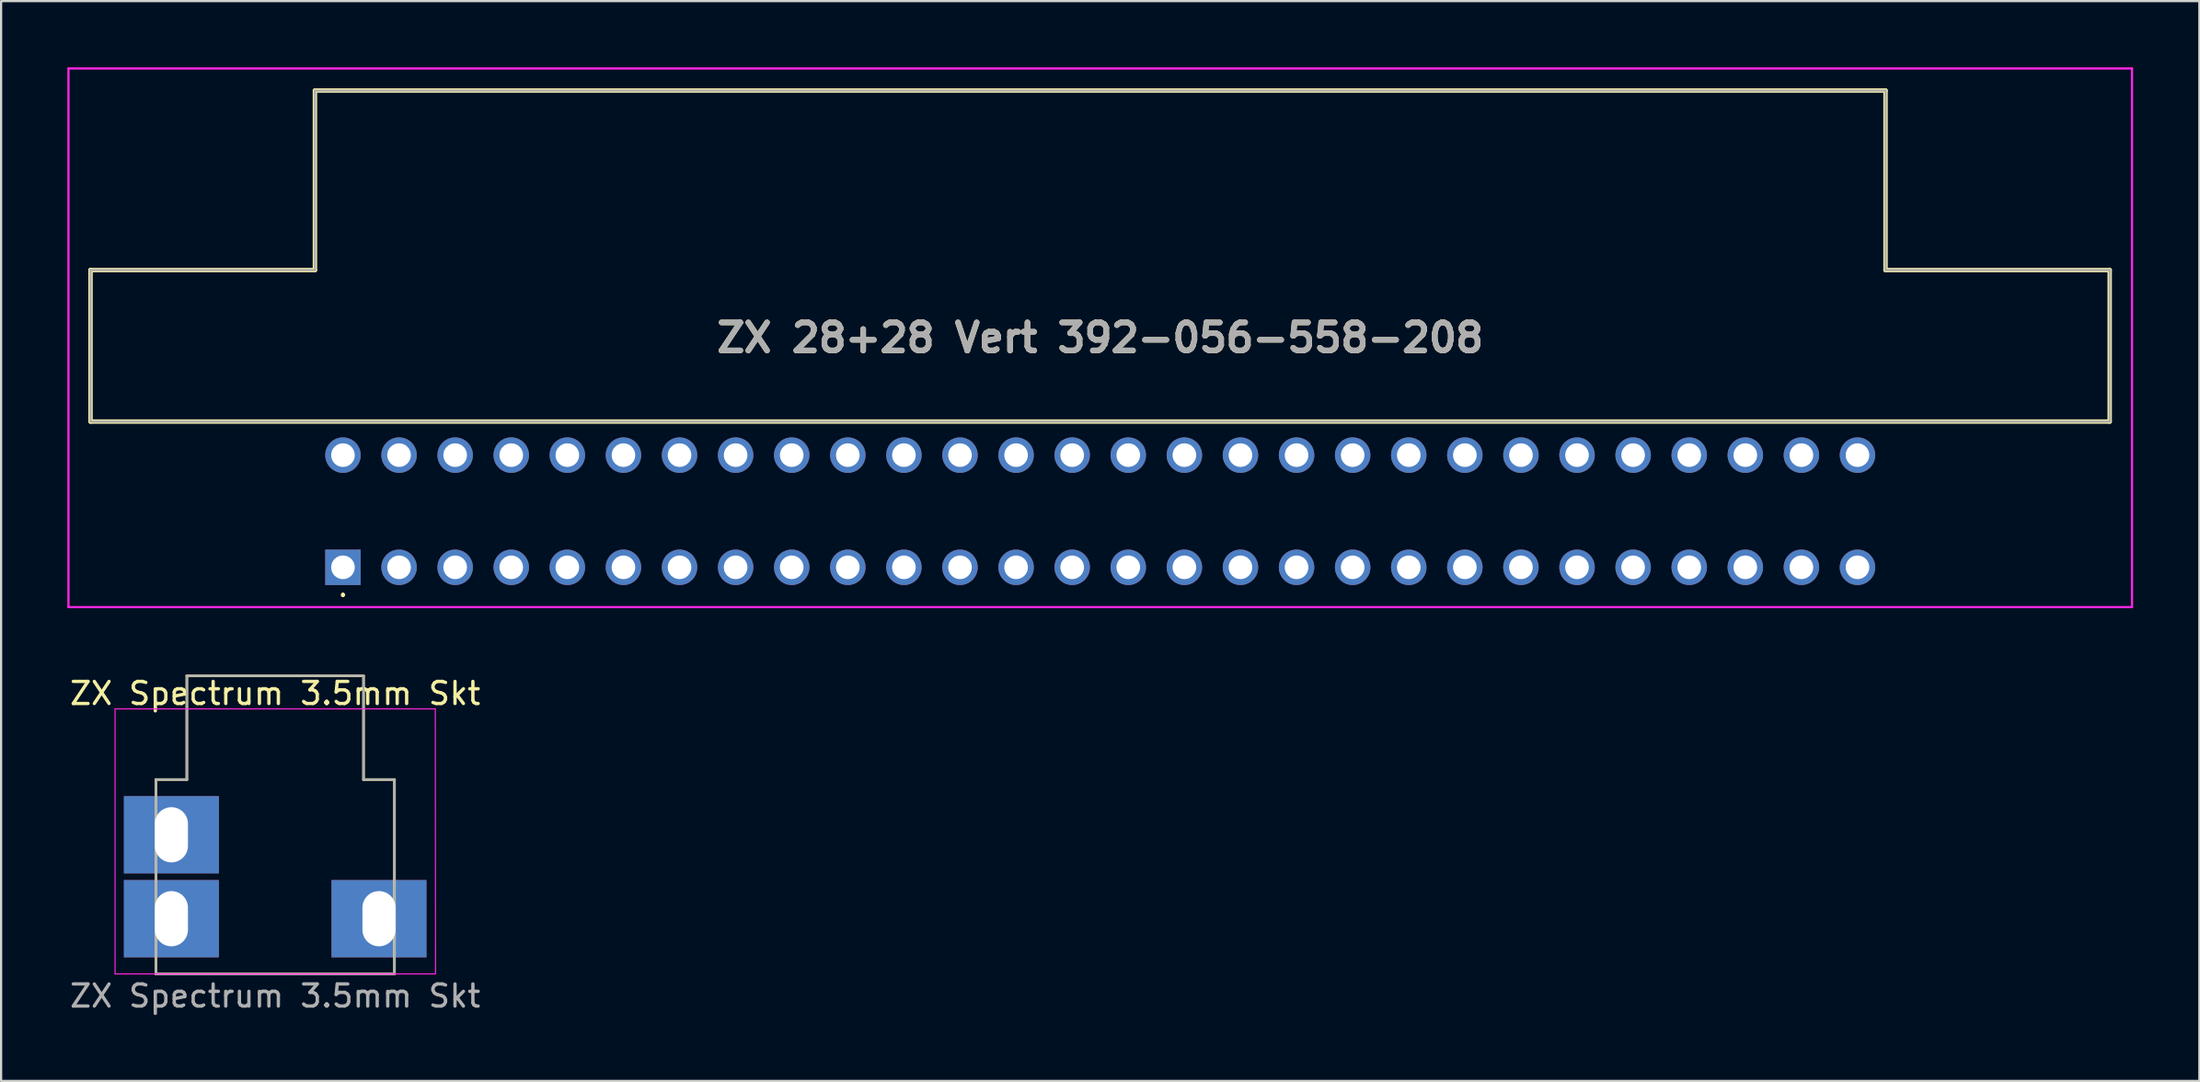
<source format=kicad_pcb>
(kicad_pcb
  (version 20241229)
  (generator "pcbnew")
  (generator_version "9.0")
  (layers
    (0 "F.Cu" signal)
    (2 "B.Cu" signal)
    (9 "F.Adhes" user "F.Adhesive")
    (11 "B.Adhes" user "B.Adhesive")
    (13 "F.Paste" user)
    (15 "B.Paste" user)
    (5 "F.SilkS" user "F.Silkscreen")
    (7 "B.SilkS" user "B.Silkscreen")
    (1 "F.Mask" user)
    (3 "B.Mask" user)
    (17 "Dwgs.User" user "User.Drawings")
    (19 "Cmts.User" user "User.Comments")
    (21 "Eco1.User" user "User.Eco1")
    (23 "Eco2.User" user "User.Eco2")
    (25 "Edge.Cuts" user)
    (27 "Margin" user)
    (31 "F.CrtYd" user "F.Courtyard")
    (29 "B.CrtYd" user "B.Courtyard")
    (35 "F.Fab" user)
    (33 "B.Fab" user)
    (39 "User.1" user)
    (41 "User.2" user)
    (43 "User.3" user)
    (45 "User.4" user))
  (footprint "ZX 28+28 Vert 392-056-558-208"
    (layer "F.Cu")
    (at 12.48 22.64)
    (property "Reference" "ZX 28+28 Vert 392-056-558-208" (at 34.29 -10.394 0) (layer "F.SilkS") (effects (font (size 1.27 1.27) (thickness 0.254))))
    (attr through_hole)
    (fp_line (start -11.43 -13.46) (end -11.43 -13.46) (stroke (width 0.2) (type solid)) (layer "F.SilkS"))
    (fp_line (start -11.43 -13.46) (end -11.43 -6.6) (stroke (width 0.2) (type solid)) (layer "F.SilkS"))
    (fp_line (start -11.43 -6.6) (end 80 -6.6) (stroke (width 0.2) (type solid)) (layer "F.SilkS"))
    (fp_line (start -1.27 -21.59) (end -1.27 -13.46) (stroke (width 0.2) (type solid)) (layer "F.SilkS"))
    (fp_line (start -1.27 -13.46) (end -11.43 -13.46) (stroke (width 0.2) (type solid)) (layer "F.SilkS"))
    (fp_line (start 0 1.2) (end 0 1.2) (stroke (width 0.1) (type solid)) (layer "F.SilkS"))
    (fp_line (start 0 1.3) (end 0 1.3) (stroke (width 0.1) (type solid)) (layer "F.SilkS"))
    (fp_line (start 69.85 -21.59) (end -1.27 -21.59) (stroke (width 0.2) (type solid)) (layer "F.SilkS"))
    (fp_line (start 69.85 -13.46) (end 69.85 -21.59) (stroke (width 0.2) (type solid)) (layer "F.SilkS"))
    (fp_line (start 80 -13.46) (end 69.85 -13.46) (stroke (width 0.2) (type solid)) (layer "F.SilkS"))
    (fp_line (start 80 -6.6) (end 80 -13.46) (stroke (width 0.2) (type solid)) (layer "F.SilkS"))
    (fp_arc (start 0 1.2) (mid 0.05 1.25) (end 0 1.3) (stroke (width 0.1) (type solid)) (layer "F.SilkS"))
    (fp_arc (start 0 1.3) (mid -0.05 1.25) (end 0 1.2) (stroke (width 0.1) (type solid)) (layer "F.SilkS"))
    (fp_line (start -12.43 -22.59) (end 81.01 -22.59) (stroke (width 0.1) (type solid)) (layer "F.CrtYd"))
    (fp_line (start -12.43 1.802) (end -12.43 -22.59) (stroke (width 0.1) (type solid)) (layer "F.CrtYd"))
    (fp_line (start 81.01 -22.59) (end 81.01 1.802) (stroke (width 0.1) (type solid)) (layer "F.CrtYd"))
    (fp_line (start 81.01 1.802) (end -12.43 1.802) (stroke (width 0.1) (type solid)) (layer "F.CrtYd"))
    (fp_line (start -11.43 -13.46) (end -11.43 -6.6) (stroke (width 0.1) (type solid)) (layer "F.Fab"))
    (fp_line (start -11.43 -6.6) (end 80.01 -6.6) (stroke (width 0.1) (type solid)) (layer "F.Fab"))
    (fp_line (start -1.27 -21.59) (end -1.27 -13.46) (stroke (width 0.1) (type solid)) (layer "F.Fab"))
    (fp_line (start -1.27 -13.46) (end -11.43 -13.46) (stroke (width 0.1) (type solid)) (layer "F.Fab"))
    (fp_line (start 69.85 -21.59) (end -1.27 -21.59) (stroke (width 0.1) (type solid)) (layer "F.Fab"))
    (fp_line (start 69.85 -13.46) (end 69.85 -21.59) (stroke (width 0.1) (type solid)) (layer "F.Fab"))
    (fp_line (start 80.01 -13.46) (end 69.85 -13.46) (stroke (width 0.1) (type solid)) (layer "F.Fab"))
    (fp_line (start 80.01 -6.6) (end 80.01 -13.46) (stroke (width 0.1) (type solid)) (layer "F.Fab"))
    (fp_text user "${REFERENCE}" (at 34.29 -10.394 0) (layer "F.Fab") (effects (font (size 1.27 1.27) (thickness 0.254))))
    (pad "A1" thru_hole rect (at 0 0) (size 1.605 1.605) (drill 1.07) (layers "*.Cu" "*.Mask"))
    (pad "A2" thru_hole circle (at 2.54 0) (size 1.605 1.605) (drill 1.07) (layers "*.Cu" "*.Mask"))
    (pad "A3" thru_hole circle (at 5.08 0) (size 1.605 1.605) (drill 1.07) (layers "*.Cu" "*.Mask"))
    (pad "A4" thru_hole circle (at 7.62 0) (size 1.605 1.605) (drill 1.07) (layers "*.Cu" "*.Mask"))
    (pad "A5" thru_hole circle (at 10.16 0) (size 1.605 1.605) (drill 1.07) (layers "*.Cu" "*.Mask"))
    (pad "A6" thru_hole circle (at 12.7 0) (size 1.605 1.605) (drill 1.07) (layers "*.Cu" "*.Mask"))
    (pad "A7" thru_hole circle (at 15.24 0) (size 1.605 1.605) (drill 1.07) (layers "*.Cu" "*.Mask"))
    (pad "A8" thru_hole circle (at 17.78 0) (size 1.605 1.605) (drill 1.07) (layers "*.Cu" "*.Mask"))
    (pad "A9" thru_hole circle (at 20.32 0) (size 1.605 1.605) (drill 1.07) (layers "*.Cu" "*.Mask"))
    (pad "A10" thru_hole circle (at 22.86 0) (size 1.605 1.605) (drill 1.07) (layers "*.Cu" "*.Mask"))
    (pad "A11" thru_hole circle (at 25.4 0) (size 1.605 1.605) (drill 1.07) (layers "*.Cu" "*.Mask"))
    (pad "A12" thru_hole circle (at 27.94 0) (size 1.605 1.605) (drill 1.07) (layers "*.Cu" "*.Mask"))
    (pad "A13" thru_hole circle (at 30.48 0) (size 1.605 1.605) (drill 1.07) (layers "*.Cu" "*.Mask"))
    (pad "A14" thru_hole circle (at 33.02 0) (size 1.605 1.605) (drill 1.07) (layers "*.Cu" "*.Mask"))
    (pad "A15" thru_hole circle (at 35.56 0) (size 1.605 1.605) (drill 1.07) (layers "*.Cu" "*.Mask"))
    (pad "A16" thru_hole circle (at 38.1 0) (size 1.605 1.605) (drill 1.07) (layers "*.Cu" "*.Mask"))
    (pad "A17" thru_hole circle (at 40.64 0) (size 1.605 1.605) (drill 1.07) (layers "*.Cu" "*.Mask"))
    (pad "A18" thru_hole circle (at 43.18 0) (size 1.605 1.605) (drill 1.07) (layers "*.Cu" "*.Mask"))
    (pad "A19" thru_hole circle (at 45.72 0) (size 1.605 1.605) (drill 1.07) (layers "*.Cu" "*.Mask"))
    (pad "A20" thru_hole circle (at 48.26 0) (size 1.605 1.605) (drill 1.07) (layers "*.Cu" "*.Mask"))
    (pad "A21" thru_hole circle (at 50.8 0) (size 1.605 1.605) (drill 1.07) (layers "*.Cu" "*.Mask"))
    (pad "A22" thru_hole circle (at 53.34 0) (size 1.605 1.605) (drill 1.07) (layers "*.Cu" "*.Mask"))
    (pad "A23" thru_hole circle (at 55.88 0) (size 1.605 1.605) (drill 1.07) (layers "*.Cu" "*.Mask"))
    (pad "A24" thru_hole circle (at 58.42 0) (size 1.605 1.605) (drill 1.07) (layers "*.Cu" "*.Mask"))
    (pad "A25" thru_hole circle (at 60.96 0) (size 1.605 1.605) (drill 1.07) (layers "*.Cu" "*.Mask"))
    (pad "A26" thru_hole circle (at 63.5 0) (size 1.605 1.605) (drill 1.07) (layers "*.Cu" "*.Mask"))
    (pad "A27" thru_hole circle (at 66.04 0) (size 1.605 1.605) (drill 1.07) (layers "*.Cu" "*.Mask"))
    (pad "A28" thru_hole circle (at 68.58 0) (size 1.605 1.605) (drill 1.07) (layers "*.Cu" "*.Mask"))
    (pad "B1" thru_hole circle (at 0 -5.08) (size 1.605 1.605) (drill 1.07) (layers "*.Cu" "*.Mask"))
    (pad "B2" thru_hole circle (at 2.54 -5.08) (size 1.605 1.605) (drill 1.07) (layers "*.Cu" "*.Mask"))
    (pad "B3" thru_hole circle (at 5.08 -5.08) (size 1.605 1.605) (drill 1.07) (layers "*.Cu" "*.Mask"))
    (pad "B4" thru_hole circle (at 7.62 -5.08) (size 1.605 1.605) (drill 1.07) (layers "*.Cu" "*.Mask"))
    (pad "B5" thru_hole circle (at 10.16 -5.08) (size 1.605 1.605) (drill 1.07) (layers "*.Cu" "*.Mask"))
    (pad "B6" thru_hole circle (at 12.7 -5.08) (size 1.605 1.605) (drill 1.07) (layers "*.Cu" "*.Mask"))
    (pad "B7" thru_hole circle (at 15.24 -5.08) (size 1.605 1.605) (drill 1.07) (layers "*.Cu" "*.Mask"))
    (pad "B8" thru_hole circle (at 17.78 -5.08) (size 1.605 1.605) (drill 1.07) (layers "*.Cu" "*.Mask"))
    (pad "B9" thru_hole circle (at 20.32 -5.08) (size 1.605 1.605) (drill 1.07) (layers "*.Cu" "*.Mask"))
    (pad "B10" thru_hole circle (at 22.86 -5.08) (size 1.605 1.605) (drill 1.07) (layers "*.Cu" "*.Mask"))
    (pad "B11" thru_hole circle (at 25.4 -5.08) (size 1.605 1.605) (drill 1.07) (layers "*.Cu" "*.Mask"))
    (pad "B12" thru_hole circle (at 27.94 -5.08) (size 1.605 1.605) (drill 1.07) (layers "*.Cu" "*.Mask"))
    (pad "B13" thru_hole circle (at 30.48 -5.08) (size 1.605 1.605) (drill 1.07) (layers "*.Cu" "*.Mask"))
    (pad "B14" thru_hole circle (at 33.02 -5.08) (size 1.605 1.605) (drill 1.07) (layers "*.Cu" "*.Mask"))
    (pad "B15" thru_hole circle (at 35.56 -5.08) (size 1.605 1.605) (drill 1.07) (layers "*.Cu" "*.Mask"))
    (pad "B16" thru_hole circle (at 38.1 -5.08) (size 1.605 1.605) (drill 1.07) (layers "*.Cu" "*.Mask"))
    (pad "B17" thru_hole circle (at 40.64 -5.08) (size 1.605 1.605) (drill 1.07) (layers "*.Cu" "*.Mask"))
    (pad "B18" thru_hole circle (at 43.18 -5.08) (size 1.605 1.605) (drill 1.07) (layers "*.Cu" "*.Mask"))
    (pad "B19" thru_hole circle (at 45.72 -5.08) (size 1.605 1.605) (drill 1.07) (layers "*.Cu" "*.Mask"))
    (pad "B20" thru_hole circle (at 48.26 -5.08) (size 1.605 1.605) (drill 1.07) (layers "*.Cu" "*.Mask"))
    (pad "B21" thru_hole circle (at 50.8 -5.08) (size 1.605 1.605) (drill 1.07) (layers "*.Cu" "*.Mask"))
    (pad "B22" thru_hole circle (at 53.34 -5.08) (size 1.605 1.605) (drill 1.07) (layers "*.Cu" "*.Mask"))
    (pad "B23" thru_hole circle (at 55.88 -5.08) (size 1.605 1.605) (drill 1.07) (layers "*.Cu" "*.Mask"))
    (pad "B24" thru_hole circle (at 58.42 -5.08) (size 1.605 1.605) (drill 1.07) (layers "*.Cu" "*.Mask"))
    (pad "B25" thru_hole circle (at 60.96 -5.08) (size 1.605 1.605) (drill 1.07) (layers "*.Cu" "*.Mask"))
    (pad "B26" thru_hole circle (at 63.5 -5.08) (size 1.605 1.605) (drill 1.07) (layers "*.Cu" "*.Mask"))
    (pad "B27" thru_hole circle (at 66.04 -5.08) (size 1.605 1.605) (drill 1.07) (layers "*.Cu" "*.Mask"))
    (pad "B28" thru_hole circle (at 68.58 -5.08) (size 1.605 1.605) (drill 1.07) (layers "*.Cu" "*.Mask")))
  (footprint "ZX Spectrum 3.5mm Skt"
    (layer "F.Cu")
    (at 9.411 35.052)
    (property "Reference" "ZX Spectrum 3.5mm Skt" (at 0 -6.7 0) (unlocked yes) (layer "F.SilkS") (effects (font (size 1 1) (thickness 0.15))))
    (attr through_hole)
    (fp_line (start -5.4 -2.8) (end -5.4 6) (stroke (width 0.12) (type solid)) (layer "F.SilkS"))
    (fp_line (start -5.4 6) (end 5.4 6) (stroke (width 0.12) (type solid)) (layer "F.SilkS"))
    (fp_line (start -4 -7.5) (end -4 -2.8) (stroke (width 0.12) (type solid)) (layer "F.SilkS"))
    (fp_line (start -4 -7.5) (end 4 -7.5) (stroke (width 0.12) (type solid)) (layer "F.SilkS"))
    (fp_line (start -4 -2.8) (end -5.4 -2.8) (stroke (width 0.12) (type solid)) (layer "F.SilkS"))
    (fp_line (start 4 -7.5) (end 4 -2.8) (stroke (width 0.12) (type solid)) (layer "F.SilkS"))
    (fp_line (start 4 -2.8) (end 5.4 -2.8) (stroke (width 0.12) (type solid)) (layer "F.SilkS"))
    (fp_line (start 5.4 -2.8) (end 5.4 6) (stroke (width 0.12) (type solid)) (layer "F.SilkS"))
    (fp_line (start -7.25 -6) (end 7.25 -6) (stroke (width 0.05) (type solid)) (layer "F.CrtYd"))
    (fp_line (start -7.25 6) (end -7.25 -6) (stroke (width 0.05) (type solid)) (layer "F.CrtYd"))
    (fp_line (start -7.25 6) (end 7.25 6) (stroke (width 0.05) (type solid)) (layer "F.CrtYd"))
    (fp_line (start 7.25 -6) (end 7.26 6) (stroke (width 0.05) (type solid)) (layer "F.CrtYd"))
    (fp_line (start -5.4 -2.8) (end -4 -2.8) (stroke (width 0.1) (type solid)) (layer "F.Fab"))
    (fp_line (start -5.4 6) (end -5.4 -2.8) (stroke (width 0.1) (type solid)) (layer "F.Fab"))
    (fp_line (start -5.4 6) (end 5.4 6) (stroke (width 0.1) (type solid)) (layer "F.Fab"))
    (fp_line (start -4 -7.5) (end 4 -7.5) (stroke (width 0.1) (type solid)) (layer "F.Fab"))
    (fp_line (start -4 -2.8) (end -4 -7.5) (stroke (width 0.1) (type solid)) (layer "F.Fab"))
    (fp_line (start 4 -2.8) (end 4 -7.5) (stroke (width 0.1) (type solid)) (layer "F.Fab"))
    (fp_line (start 4 -2.8) (end 5.4 -2.8) (stroke (width 0.1) (type solid)) (layer "F.Fab"))
    (fp_line (start 5.4 -2.8) (end 5.4 6) (stroke (width 0.1) (type solid)) (layer "F.Fab"))
    (fp_text user "${REFERENCE}" (at 0 7 0) (unlocked yes) (layer "F.Fab") (effects (font (size 1 1) (thickness 0.15))))
    (pad "S" thru_hole rect (at -4.7 -0.3) (size 4.3 3.5) (drill oval 1.5 2.5) (layers "*.Cu" "*.Mask"))
    (pad "T" thru_hole rect (at -4.7 3.5) (size 4.3 3.5) (drill oval 1.5 2.5) (layers "*.Cu" "*.Mask"))
    (pad "TN" thru_hole rect (at 4.7 3.5) (size 4.3 3.5) (drill oval 1.5 2.5) (layers "*.Cu" "*.Mask")))
  (gr_rect
    (start -3 -3)
    (end 96.54 45.9)
    (stroke (width 0.1) (type default))
    (fill no)
    (layer "Edge.Cuts")))
</source>
